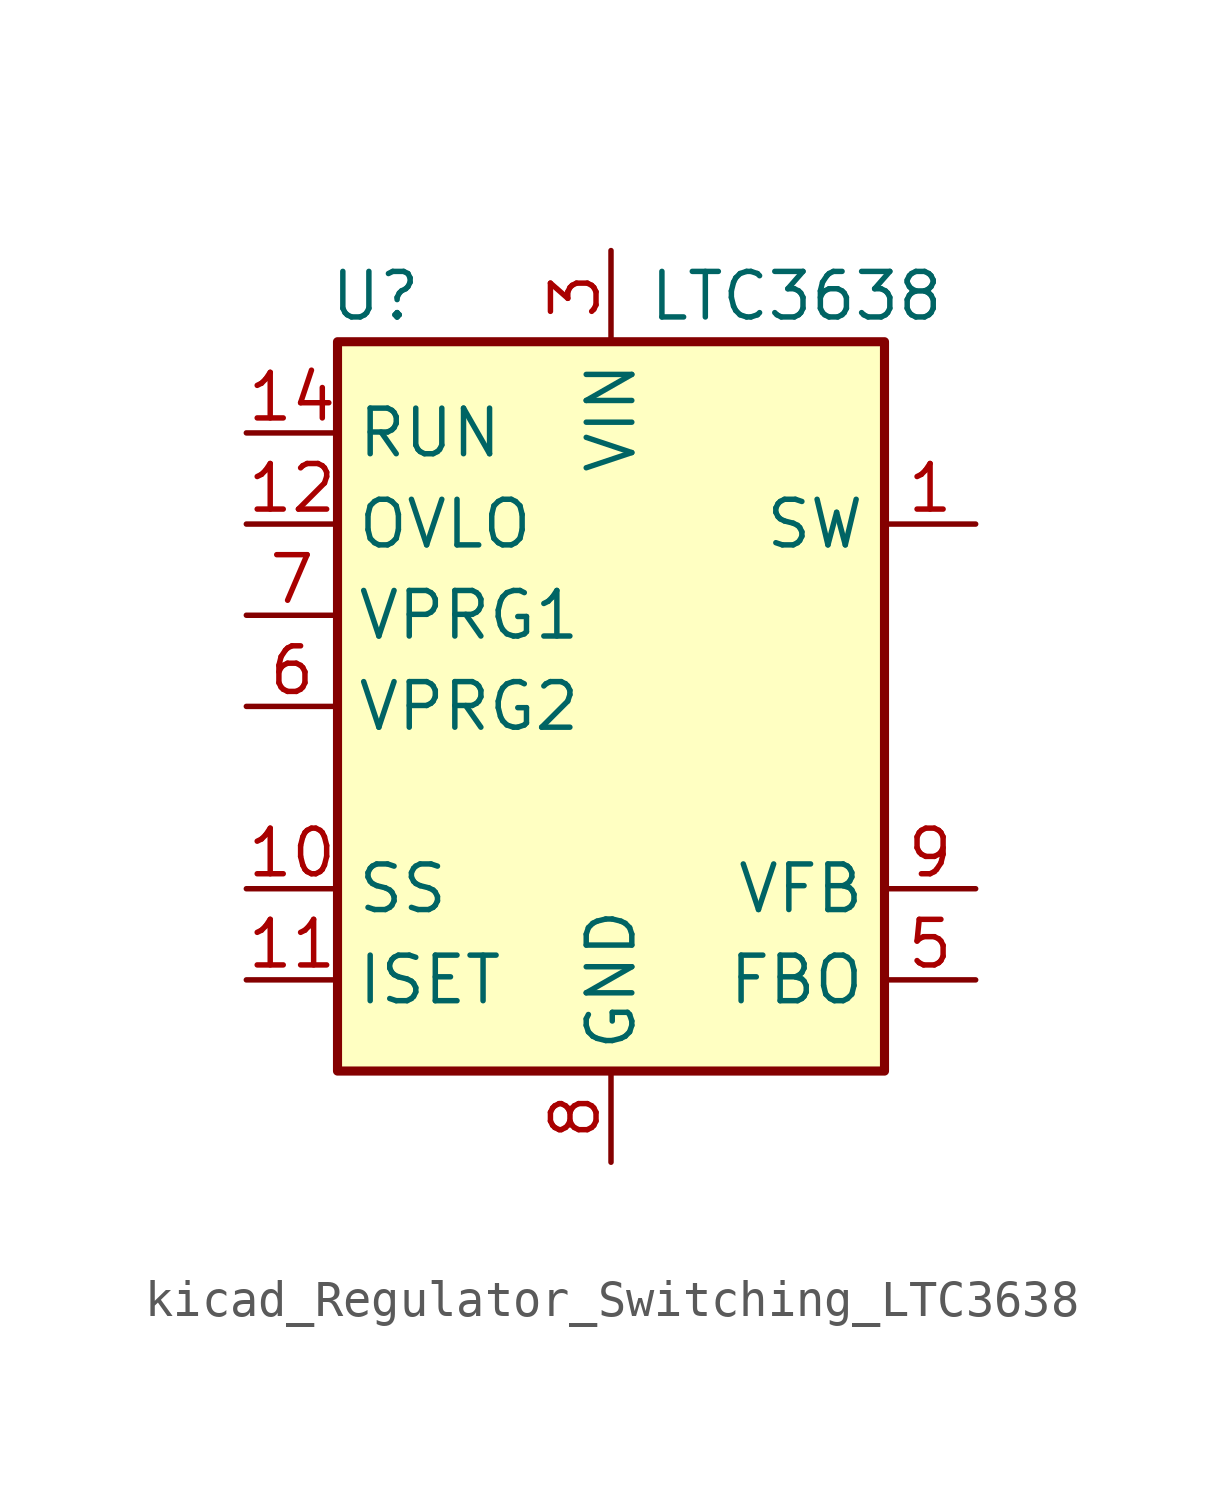
<source format=kicad_sym>
(kicad_symbol_lib
  (version 20220914)
  (generator kicad_symbol_editor)
  (symbol "kicad_Regulator_Switching_LTC3638"
    (property "Reference" "U"
      (at -7.874 11.43 0)
      (effects (font (size 1.27 1.27)) (justify left)))
    (property "Value" "LTC3638"
      (at 1.016 11.43 0)
      (effects (font (size 1.27 1.27)) (justify left)))
    (symbol "kicad_Regulator_Switching_LTC3638_0_1"
      (rectangle (start -7.62 10.16) (end 7.62 -10.16) (stroke (width 0.254) (type default)) (fill (type background))))
    (symbol "kicad_Regulator_Switching_LTC3638_1_1"
      (pin passive line (at 10.16 5.08 180) (length 2.54) (name "SW" (effects (font (size 1.27 1.27)))) (number "1" (effects (font (size 1.27 1.27)))))
      (pin passive line (at -10.16 -5.08 0) (length 2.54) (name "SS" (effects (font (size 1.27 1.27)))) (number "10" (effects (font (size 1.27 1.27)))))
      (pin passive line (at -10.16 -7.62 0) (length 2.54) (name "ISET" (effects (font (size 1.27 1.27)))) (number "11" (effects (font (size 1.27 1.27)))))
      (pin input line (at -10.16 5.08 0) (length 2.54) (name "OVLO" (effects (font (size 1.27 1.27)))) (number "12" (effects (font (size 1.27 1.27)))))
      (pin input line (at -10.16 7.62 0) (length 2.54) (name "RUN" (effects (font (size 1.27 1.27)))) (number "14" (effects (font (size 1.27 1.27)))))
      (pin passive line (at 0 -12.7 90) (length 2.54) hide (name "GND" (effects (font (size 1.27 1.27)))) (number "16" (effects (font (size 1.27 1.27)))))
      (pin passive line (at 0 -12.7 90) (length 2.54) hide (name "GND" (effects (font (size 1.27 1.27)))) (number "17" (effects (font (size 1.27 1.27)))))
      (pin power_in line (at 0 12.7 270) (length 2.54) (name "VIN" (effects (font (size 1.27 1.27)))) (number "3" (effects (font (size 1.27 1.27)))))
      (pin output line (at 10.16 -7.62 180) (length 2.54) (name "FBO" (effects (font (size 1.27 1.27)))) (number "5" (effects (font (size 1.27 1.27)))))
      (pin input line (at -10.16 0 0) (length 2.54) (name "VPRG2" (effects (font (size 1.27 1.27)))) (number "6" (effects (font (size 1.27 1.27)))))
      (pin input line (at -10.16 2.54 0) (length 2.54) (name "VPRG1" (effects (font (size 1.27 1.27)))) (number "7" (effects (font (size 1.27 1.27)))))
      (pin power_in line (at 0 -12.7 90) (length 2.54) (name "GND" (effects (font (size 1.27 1.27)))) (number "8" (effects (font (size 1.27 1.27)))))
      (pin input line (at 10.16 -5.08 180) (length 2.54) (name "VFB" (effects (font (size 1.27 1.27)))) (number "9" (effects (font (size 1.27 1.27))))))))
</source>
